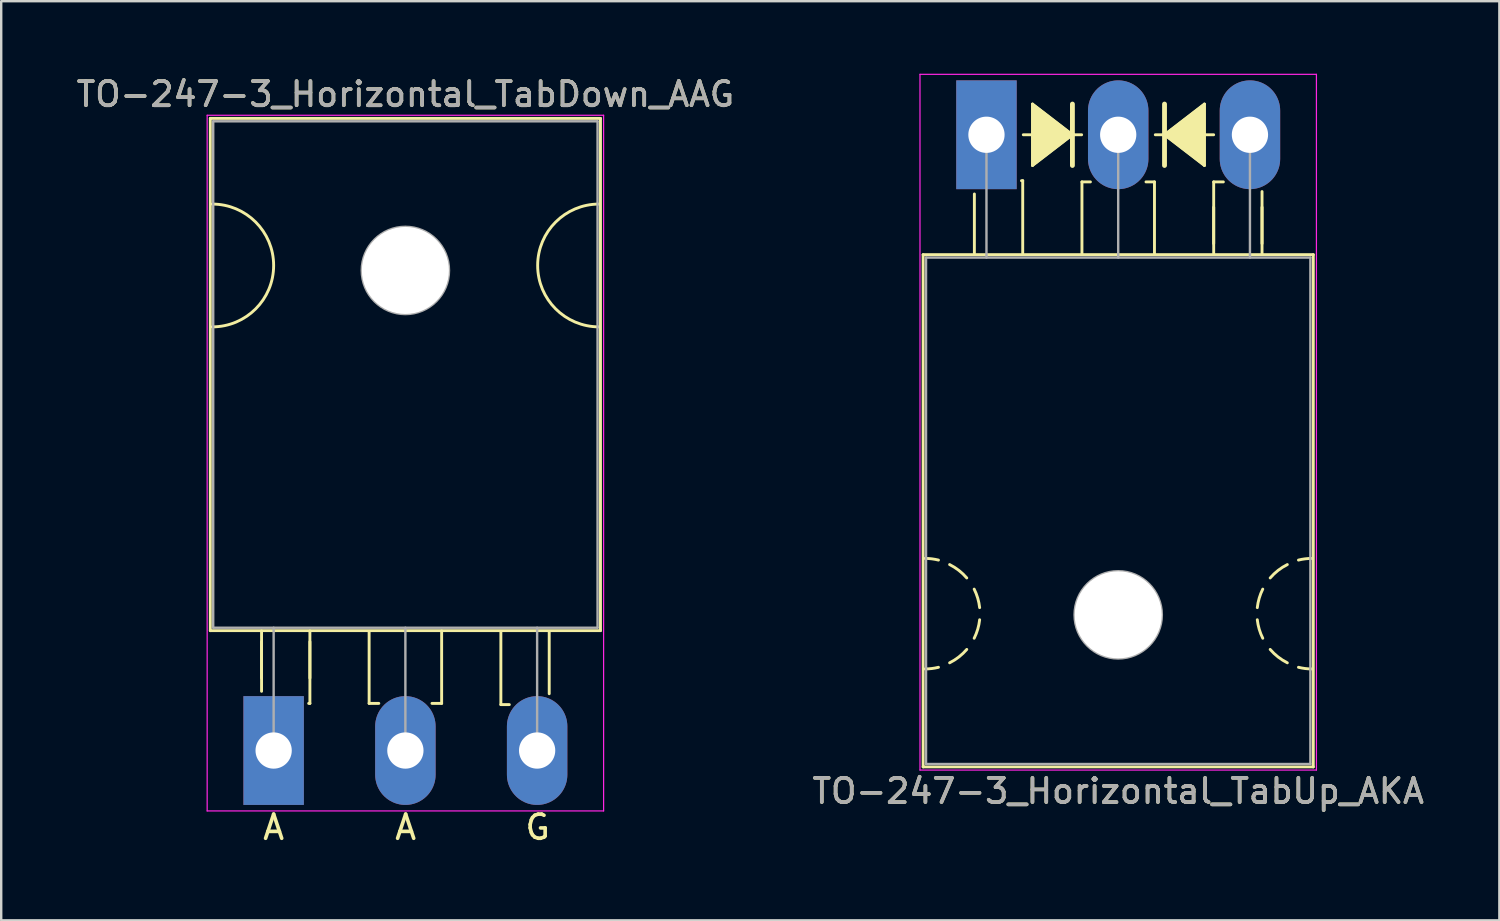
<source format=kicad_pcb>
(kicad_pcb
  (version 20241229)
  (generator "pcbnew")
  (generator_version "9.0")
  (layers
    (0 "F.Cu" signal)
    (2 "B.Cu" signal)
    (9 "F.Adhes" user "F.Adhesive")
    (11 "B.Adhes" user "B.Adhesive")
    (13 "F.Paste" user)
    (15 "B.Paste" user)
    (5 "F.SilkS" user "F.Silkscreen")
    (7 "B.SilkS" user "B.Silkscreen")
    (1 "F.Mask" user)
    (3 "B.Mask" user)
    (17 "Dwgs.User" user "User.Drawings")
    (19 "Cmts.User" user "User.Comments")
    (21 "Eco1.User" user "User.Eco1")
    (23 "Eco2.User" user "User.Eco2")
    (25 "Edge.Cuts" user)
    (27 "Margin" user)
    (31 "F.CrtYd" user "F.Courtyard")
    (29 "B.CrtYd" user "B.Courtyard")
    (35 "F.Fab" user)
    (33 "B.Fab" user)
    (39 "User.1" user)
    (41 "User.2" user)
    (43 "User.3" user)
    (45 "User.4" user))
  (footprint "TO-247-3_Horizontal_TabUp_AKA"
    (layer "F.Cu")
    (at 37.758 2.525)
    (property "Reference" "TO-247-3_Horizontal_TabUp_AKA" (at 5.45 27.15 0) (layer "F.SilkS") (effects (font (size 1 1) (thickness 0.15))))
    (attr through_hole)
    (fp_line (start -2.62 4.96) (end -2.62 26.15) (stroke (width 0.12) (type solid)) (layer "F.SilkS"))
    (fp_line (start -2.62 4.96) (end 13.52 4.96) (stroke (width 0.12) (type solid)) (layer "F.SilkS"))
    (fp_line (start -2.62 26.15) (end 13.52 26.15) (stroke (width 0.12) (type solid)) (layer "F.SilkS"))
    (fp_line (start -0.5 4.9) (end -0.5 2.45) (stroke (width 0.12) (type solid)) (layer "F.SilkS"))
    (fp_line (start 1.5 1.9) (end 1.45 1.9) (stroke (width 0.12) (type solid)) (layer "F.SilkS"))
    (fp_line (start 1.5 4.9) (end 1.5 1.9) (stroke (width 0.12) (type solid)) (layer "F.SilkS"))
    (fp_line (start 1.524 0) (end 1.905 0) (stroke (width 0.12) (type solid)) (layer "F.SilkS"))
    (fp_line (start 1.905 -1.27) (end 1.905 1.27) (stroke (width 0.12) (type solid)) (layer "F.SilkS"))
    (fp_line (start 1.905 1.27) (end 3.556 0) (stroke (width 0.12) (type solid)) (layer "F.SilkS"))
    (fp_line (start 3.556 0) (end 1.905 -1.27) (stroke (width 0.12) (type solid)) (layer "F.SilkS"))
    (fp_line (start 3.556 0) (end 3.556 -1.27) (stroke (width 0.2) (type solid)) (layer "F.SilkS"))
    (fp_line (start 3.556 1.27) (end 3.556 0) (stroke (width 0.2) (type solid)) (layer "F.SilkS"))
    (fp_line (start 3.937 0) (end 3.556 0) (stroke (width 0.12) (type solid)) (layer "F.SilkS"))
    (fp_line (start 3.95 1.95) (end 4.3 1.95) (stroke (width 0.12) (type solid)) (layer "F.SilkS"))
    (fp_line (start 3.95 4.95) (end 3.95 1.95) (stroke (width 0.12) (type solid)) (layer "F.SilkS"))
    (fp_line (start 6.95 1.95) (end 6.6 1.95) (stroke (width 0.12) (type solid)) (layer "F.SilkS"))
    (fp_line (start 6.95 4.95) (end 6.95 1.95) (stroke (width 0.12) (type solid)) (layer "F.SilkS"))
    (fp_line (start 6.985 0) (end 7.366 0) (stroke (width 0.12) (type solid)) (layer "F.SilkS"))
    (fp_line (start 7.366 -1.27) (end 7.366 0) (stroke (width 0.2) (type solid)) (layer "F.SilkS"))
    (fp_line (start 7.366 0) (end 7.366 1.27) (stroke (width 0.2) (type solid)) (layer "F.SilkS"))
    (fp_line (start 7.366 0) (end 9.017 1.27) (stroke (width 0.12) (type solid)) (layer "F.SilkS"))
    (fp_line (start 9.017 -1.27) (end 7.366 0) (stroke (width 0.12) (type solid)) (layer "F.SilkS"))
    (fp_line (start 9.017 1.27) (end 9.017 -1.27) (stroke (width 0.12) (type solid)) (layer "F.SilkS"))
    (fp_line (start 9.398 0) (end 9.017 0) (stroke (width 0.12) (type solid)) (layer "F.SilkS"))
    (fp_line (start 9.4 1.95) (end 9.8 1.95) (stroke (width 0.12) (type solid)) (layer "F.SilkS"))
    (fp_line (start 9.4 4.5) (end 9.4 3) (stroke (width 0.12) (type solid)) (layer "F.SilkS"))
    (fp_line (start 9.4 4.95) (end 9.4 1.95) (stroke (width 0.12) (type solid)) (layer "F.SilkS"))
    (fp_line (start 11.4 4.5) (end 11.4 3) (stroke (width 0.12) (type solid)) (layer "F.SilkS"))
    (fp_line (start 11.4 4.95) (end 11.4 2.35) (stroke (width 0.12) (type solid)) (layer "F.SilkS"))
    (fp_line (start 13.52 4.96) (end 13.52 26.15) (stroke (width 0.12) (type solid)) (layer "F.SilkS"))
    (fp_arc (start -2.54 17.526) (mid -2.260689 17.543128) (end -1.985564 17.594254) (stroke (width 0.12) (type solid)) (layer "F.SilkS"))
    (fp_arc (start -1.985564 22.029746) (mid -2.260689 22.080872) (end -2.54 22.098) (stroke (width 0.12) (type solid)) (layer "F.SilkS"))
    (fp_arc (start -1.524001 17.780001) (mid -1.14188 18.02132) (end -0.815088 18.333504) (stroke (width 0.12) (type solid)) (layer "F.SilkS"))
    (fp_arc (start -0.815087 21.290497) (mid -1.141879 21.60268) (end -1.524 21.844) (stroke (width 0.12) (type solid)) (layer "F.SilkS"))
    (fp_arc (start -0.508001 18.796001) (mid -0.361178 19.168563) (end -0.282051 19.561117) (stroke (width 0.12) (type solid)) (layer "F.SilkS"))
    (fp_arc (start -0.282051 20.062883) (mid -0.361178 20.455437) (end -0.508001 20.827999) (stroke (width 0.12) (type solid)) (layer "F.SilkS"))
    (fp_arc (start 11.204051 19.561117) (mid 11.283178 19.168563) (end 11.430001 18.796001) (stroke (width 0.12) (type solid)) (layer "F.SilkS"))
    (fp_arc (start 11.430001 20.827999) (mid 11.283178 20.455437) (end 11.204051 20.062883) (stroke (width 0.12) (type solid)) (layer "F.SilkS"))
    (fp_arc (start 11.737087 18.333503) (mid 12.063879 18.02132) (end 12.446 17.78) (stroke (width 0.12) (type solid)) (layer "F.SilkS"))
    (fp_arc (start 12.446001 21.843999) (mid 12.06388 21.60268) (end 11.737088 21.290496) (stroke (width 0.12) (type solid)) (layer "F.SilkS"))
    (fp_arc (start 12.907564 17.594254) (mid 13.182689 17.543128) (end 13.462 17.526) (stroke (width 0.12) (type solid)) (layer "F.SilkS"))
    (fp_arc (start 13.462 22.098) (mid 13.182689 22.080872) (end 12.907564 22.029746) (stroke (width 0.12) (type solid)) (layer "F.SilkS"))
    (fp_poly (pts (xy 3.556 0) (xy 1.905 1.27) (xy 1.905 -1.27)) (stroke (width 0.1) (type solid)) (fill yes) (layer "F.SilkS"))
    (fp_poly (pts (xy 9.017 1.27) (xy 7.366 0) (xy 9.017 -1.27)) (stroke (width 0.1) (type solid)) (fill yes) (layer "F.SilkS"))
    (fp_line (start -2.75 -2.5) (end -2.75 26.28) (stroke (width 0.05) (type solid)) (layer "F.CrtYd"))
    (fp_line (start -2.75 26.28) (end 13.65 26.28) (stroke (width 0.05) (type solid)) (layer "F.CrtYd"))
    (fp_line (start 13.65 -2.5) (end -2.75 -2.5) (stroke (width 0.05) (type solid)) (layer "F.CrtYd"))
    (fp_line (start 13.65 26.28) (end 13.65 -2.5) (stroke (width 0.05) (type solid)) (layer "F.CrtYd"))
    (fp_line (start -2.5 5.08) (end -2.5 26.03) (stroke (width 0.1) (type solid)) (layer "F.Fab"))
    (fp_line (start -2.5 26.03) (end 13.4 26.03) (stroke (width 0.1) (type solid)) (layer "F.Fab"))
    (fp_line (start 0 5.08) (end 0 0) (stroke (width 0.1) (type solid)) (layer "F.Fab"))
    (fp_line (start 5.45 5.08) (end 5.45 0) (stroke (width 0.1) (type solid)) (layer "F.Fab"))
    (fp_line (start 10.9 5.08) (end 10.9 0) (stroke (width 0.1) (type solid)) (layer "F.Fab"))
    (fp_line (start 13.4 5.08) (end -2.5 5.08) (stroke (width 0.1) (type solid)) (layer "F.Fab"))
    (fp_line (start 13.4 26.03) (end 13.4 5.08) (stroke (width 0.1) (type solid)) (layer "F.Fab"))
    (fp_circle (center 5.45 19.86) (end 7.255 19.86) (stroke (width 0.1) (type solid)) (fill no) (layer "F.Fab"))
    (fp_text user "${REFERENCE}" (at 5.45 27.15 0) (layer "F.Fab") (effects (font (size 1 1) (thickness 0.15))))
    (pad "" np_thru_hole oval (at 5.45 19.86) (size 3.6 3.6) (drill 3.6) (layers "*.Cu" "*.Mask"))
    (pad "1" thru_hole rect (at 0 0) (size 2.5 4.5) (drill 1.5) (layers "*.Cu" "*.Mask"))
    (pad "2" thru_hole oval (at 5.45 0) (size 2.5 4.5) (drill 1.5) (layers "*.Cu" "*.Mask"))
    (pad "3" thru_hole oval (at 10.9 0) (size 2.5 4.5) (drill 1.5) (layers "*.Cu" "*.Mask")))
  (footprint "TO-247-3_Horizontal_TabDown_AAG"
    (layer "F.Cu")
    (at 8.27 27.998)
    (property "Reference" "TO-247-3_Horizontal_TabDown_AAG" (at 5.45 -27.15 0) (layer "F.SilkS") (effects (font (size 1 1) (thickness 0.15))))
    (fp_line (start -2.62 -26.15) (end -2.62 -4.96) (stroke (width 0.12) (type solid)) (layer "F.SilkS"))
    (fp_line (start -2.62 -26.15) (end 13.52 -26.15) (stroke (width 0.12) (type solid)) (layer "F.SilkS"))
    (fp_line (start -2.62 -4.96) (end 13.52 -4.96) (stroke (width 0.12) (type solid)) (layer "F.SilkS"))
    (fp_line (start -0.5 -4.95) (end -0.5 -2.45) (stroke (width 0.12) (type solid)) (layer "F.SilkS"))
    (fp_line (start -0.5 -4.5) (end -0.5 -3) (stroke (width 0.12) (type solid)) (layer "F.SilkS"))
    (fp_line (start 1.5 -4.95) (end 1.5 -1.95) (stroke (width 0.12) (type solid)) (layer "F.SilkS"))
    (fp_line (start 1.5 -4.5) (end 1.5 -3) (stroke (width 0.12) (type solid)) (layer "F.SilkS"))
    (fp_line (start 1.5 -1.95) (end 1.45 -1.95) (stroke (width 0.12) (type solid)) (layer "F.SilkS"))
    (fp_line (start 3.95 -4.9) (end 3.95 -1.95) (stroke (width 0.12) (type solid)) (layer "F.SilkS"))
    (fp_line (start 3.95 -1.95) (end 4.35 -1.95) (stroke (width 0.12) (type solid)) (layer "F.SilkS"))
    (fp_line (start 6.95 -4.95) (end 6.95 -1.95) (stroke (width 0.12) (type solid)) (layer "F.SilkS"))
    (fp_line (start 6.95 -1.95) (end 6.55 -1.95) (stroke (width 0.12) (type solid)) (layer "F.SilkS"))
    (fp_line (start 9.4 -4.9) (end 9.4 -1.9) (stroke (width 0.12) (type solid)) (layer "F.SilkS"))
    (fp_line (start 9.4 -1.9) (end 9.75 -1.9) (stroke (width 0.12) (type solid)) (layer "F.SilkS"))
    (fp_line (start 11.4 -4.9) (end 11.4 -2.35) (stroke (width 0.12) (type solid)) (layer "F.SilkS"))
    (fp_line (start 13.52 -26.15) (end 13.52 -4.96) (stroke (width 0.12) (type solid)) (layer "F.SilkS"))
    (fp_arc (start -2.54 -22.606) (mid 0 -20.066) (end -2.54 -17.526) (stroke (width 0.12) (type solid)) (layer "F.SilkS"))
    (fp_arc (start 13.462 -17.526) (mid 10.922 -20.066) (end 13.462 -22.606) (stroke (width 0.12) (type solid)) (layer "F.SilkS"))
    (fp_line (start -2.75 -26.28) (end -2.75 2.5) (stroke (width 0.05) (type solid)) (layer "F.CrtYd"))
    (fp_line (start -2.75 2.5) (end 13.65 2.5) (stroke (width 0.05) (type solid)) (layer "F.CrtYd"))
    (fp_line (start 13.65 -26.28) (end -2.75 -26.28) (stroke (width 0.05) (type solid)) (layer "F.CrtYd"))
    (fp_line (start 13.65 2.5) (end 13.65 -26.28) (stroke (width 0.05) (type solid)) (layer "F.CrtYd"))
    (fp_line (start -2.5 -26.03) (end 13.4 -26.03) (stroke (width 0.1) (type solid)) (layer "F.Fab"))
    (fp_line (start -2.5 -5.08) (end -2.5 -26.03) (stroke (width 0.1) (type solid)) (layer "F.Fab"))
    (fp_line (start 0 -5.08) (end 0 0) (stroke (width 0.1) (type solid)) (layer "F.Fab"))
    (fp_line (start 5.45 -5.08) (end 5.45 0) (stroke (width 0.1) (type solid)) (layer "F.Fab"))
    (fp_line (start 10.9 -5.08) (end 10.9 0) (stroke (width 0.1) (type solid)) (layer "F.Fab"))
    (fp_line (start 13.4 -26.03) (end 13.4 -5.08) (stroke (width 0.1) (type solid)) (layer "F.Fab"))
    (fp_line (start 13.4 -5.08) (end -2.5 -5.08) (stroke (width 0.1) (type solid)) (layer "F.Fab"))
    (fp_circle (center 5.45 -19.86) (end 7.255 -19.86) (stroke (width 0.1) (type solid)) (fill no) (layer "F.Fab"))
    (fp_text user "A" (at 5.461 3.175 0) (unlocked yes) (layer "F.SilkS") (effects (font (size 1 1) (thickness 0.15))))
    (fp_text user "G" (at 10.922 3.175 0) (unlocked yes) (layer "F.SilkS") (effects (font (size 1 1) (thickness 0.15))))
    (fp_text user "A" (at 0 3.175 0) (unlocked yes) (layer "F.SilkS") (effects (font (size 1 1) (thickness 0.15))))
    (fp_text user "${REFERENCE}" (at 5.45 -27.15 0) (layer "F.Fab") (effects (font (size 1 1) (thickness 0.15))))
    (pad "" np_thru_hole oval (at 5.45 -19.86) (size 3.6 3.6) (drill 3.6) (layers "*.Cu" "*.Mask"))
    (pad "1" thru_hole rect (at 0 0) (size 2.5 4.5) (drill 1.5) (layers "*.Cu" "*.Mask"))
    (pad "2" thru_hole oval (at 5.45 0) (size 2.5 4.5) (drill 1.5) (layers "*.Cu" "*.Mask"))
    (pad "3" thru_hole oval (at 10.9 0) (size 2.5 4.5) (drill 1.5) (layers "*.Cu" "*.Mask")))
  (gr_rect
    (start -3 -3)
    (end 58.976 35.022)
    (stroke (width 0.1) (type default))
    (fill no)
    (layer "Edge.Cuts")))
</source>
